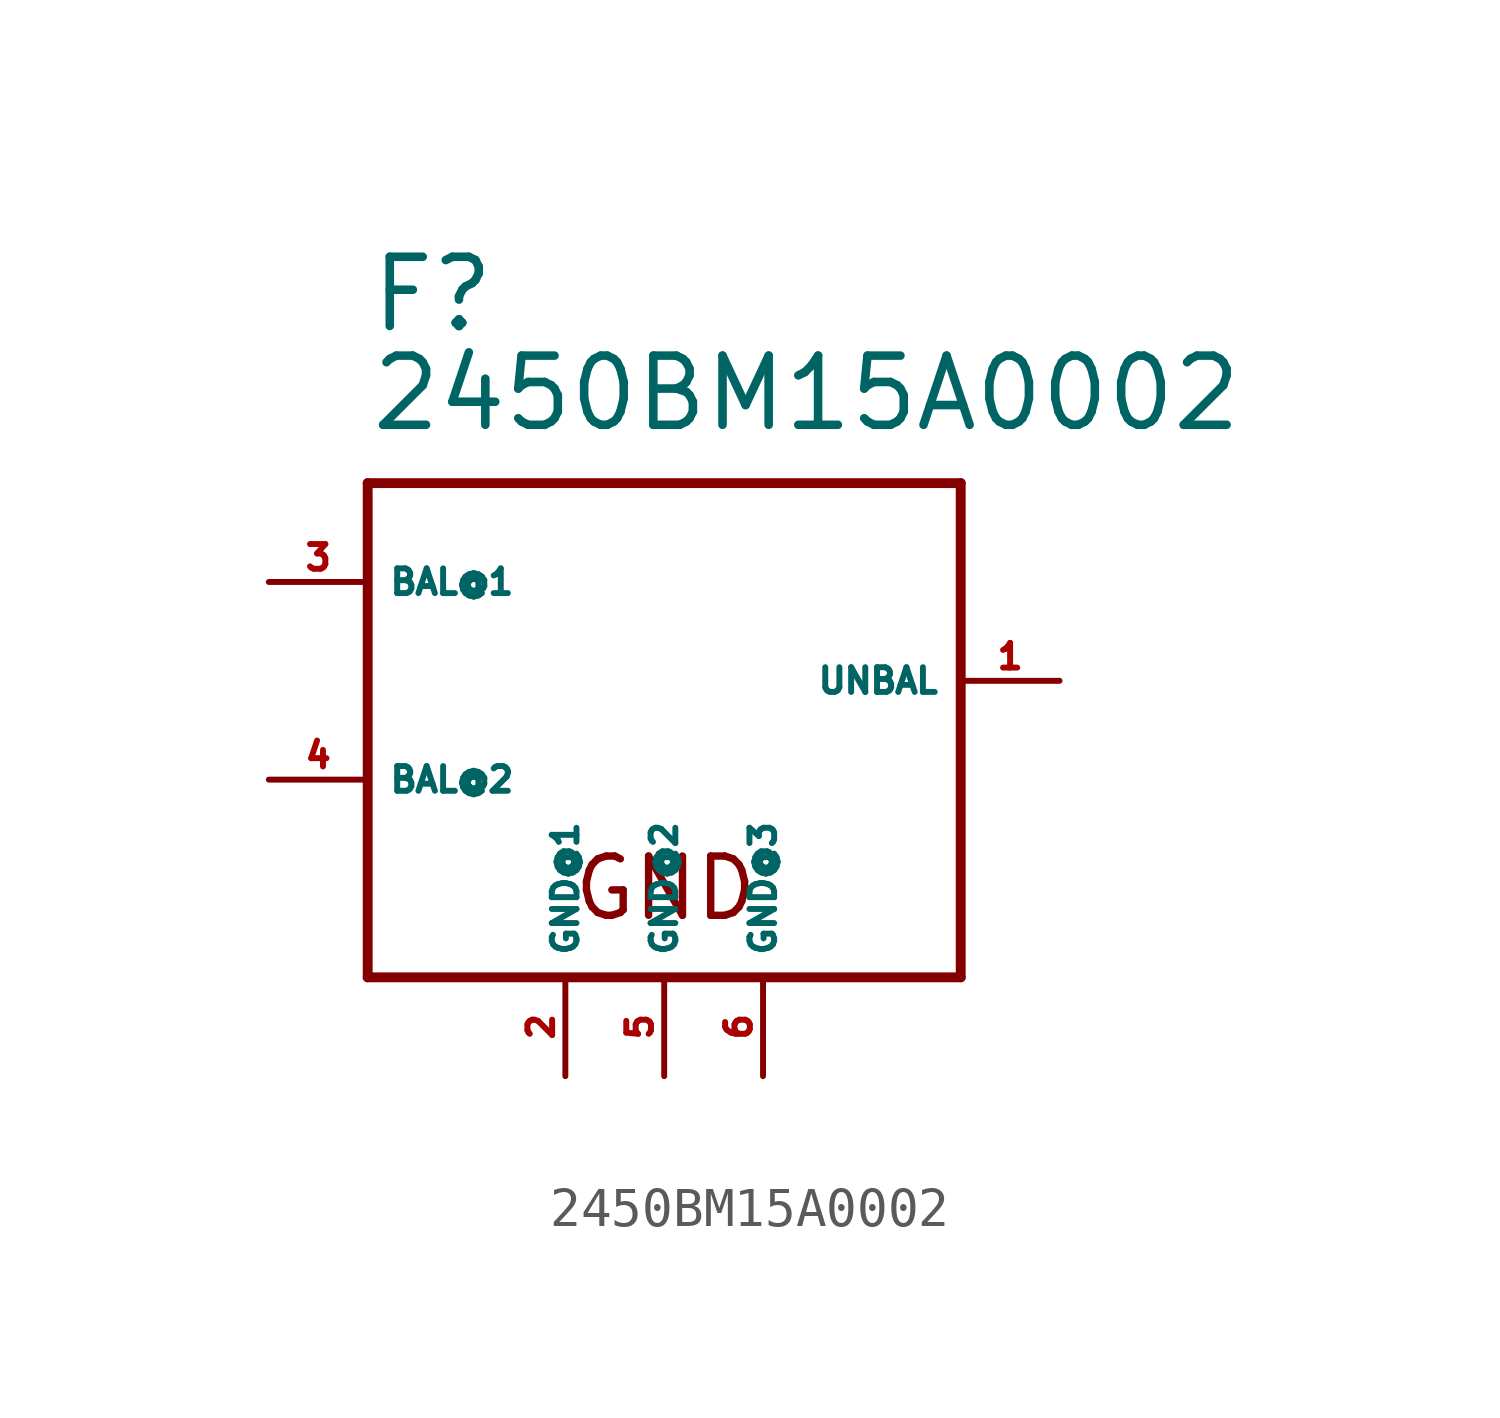
<source format=kicad_sym>
(kicad_symbol_lib
  (version 20220914)
  (generator Eagle2Kicad)
  (symbol "2450BM15A0002"
    (property "Reference" "F"
      (at -7.62 11.43 0)
      (effects (font (size 1.778 1.778) (thickness 0.22)) (justify left bottom)))
    (property "Value" "2450BM15A0002"
      (at -7.62 8.89 0)
      (effects (font (size 1.778 1.778) (thickness 0.22)) (justify left bottom)))
    (polyline
      (pts (xy -7.62 7.62) (xy 7.62 7.62))
      (stroke (width 0.254) (type default))
      (fill (type none)))
    (polyline
      (pts (xy 7.62 7.62) (xy 7.62 -5.08))
      (stroke (width 0.254) (type default))
      (fill (type none)))
    (polyline
      (pts (xy 7.62 -5.08) (xy -7.62 -5.08))
      (stroke (width 0.254) (type default))
      (fill (type none)))
    (polyline
      (pts (xy -7.62 -5.08) (xy -7.62 7.62))
      (stroke (width 0.254) (type default))
      (fill (type none)))
    (text "GND"
      (at -2.413 -3.683 0)
      (effects (font (size 1.524 1.524) (thickness 0.19)) (justify left bottom)))
    (pin passive line
      (at 10.16 2.54 180)
      (length 2.54)
      (name "UNBAL" (effects (font (size 0.635 0.635) (thickness 0.08)) (justify left bottom)))
      (number "1" (effects (font (size 0.635 0.635) (thickness 0.08)) (justify left bottom))))
    (pin passive line
      (at -10.16 5.08 0)
      (length 2.54)
      (name "BAL@1" (effects (font (size 0.635 0.635) (thickness 0.08)) (justify left bottom)))
      (number "3" (effects (font (size 0.635 0.635) (thickness 0.08)) (justify left bottom))))
    (pin passive line
      (at -10.16 0 0)
      (length 2.54)
      (name "BAL@2" (effects (font (size 0.635 0.635) (thickness 0.08)) (justify left bottom)))
      (number "4" (effects (font (size 0.635 0.635) (thickness 0.08)) (justify left bottom))))
    (pin passive line
      (at -2.54 -7.62 90)
      (length 2.54)
      (name "GND@1" (effects (font (size 0.635 0.635) (thickness 0.08)) (justify left bottom)))
      (number "2" (effects (font (size 0.635 0.635) (thickness 0.08)) (justify left bottom))))
    (pin passive line
      (at 0 -7.62 90)
      (length 2.54)
      (name "GND@2" (effects (font (size 0.635 0.635) (thickness 0.08)) (justify left bottom)))
      (number "5" (effects (font (size 0.635 0.635) (thickness 0.08)) (justify left bottom))))
    (pin passive line
      (at 2.54 -7.62 90)
      (length 2.54)
      (name "GND@3" (effects (font (size 0.635 0.635) (thickness 0.08)) (justify left bottom)))
      (number "6" (effects (font (size 0.635 0.635) (thickness 0.08)) (justify left bottom))))))
</source>
